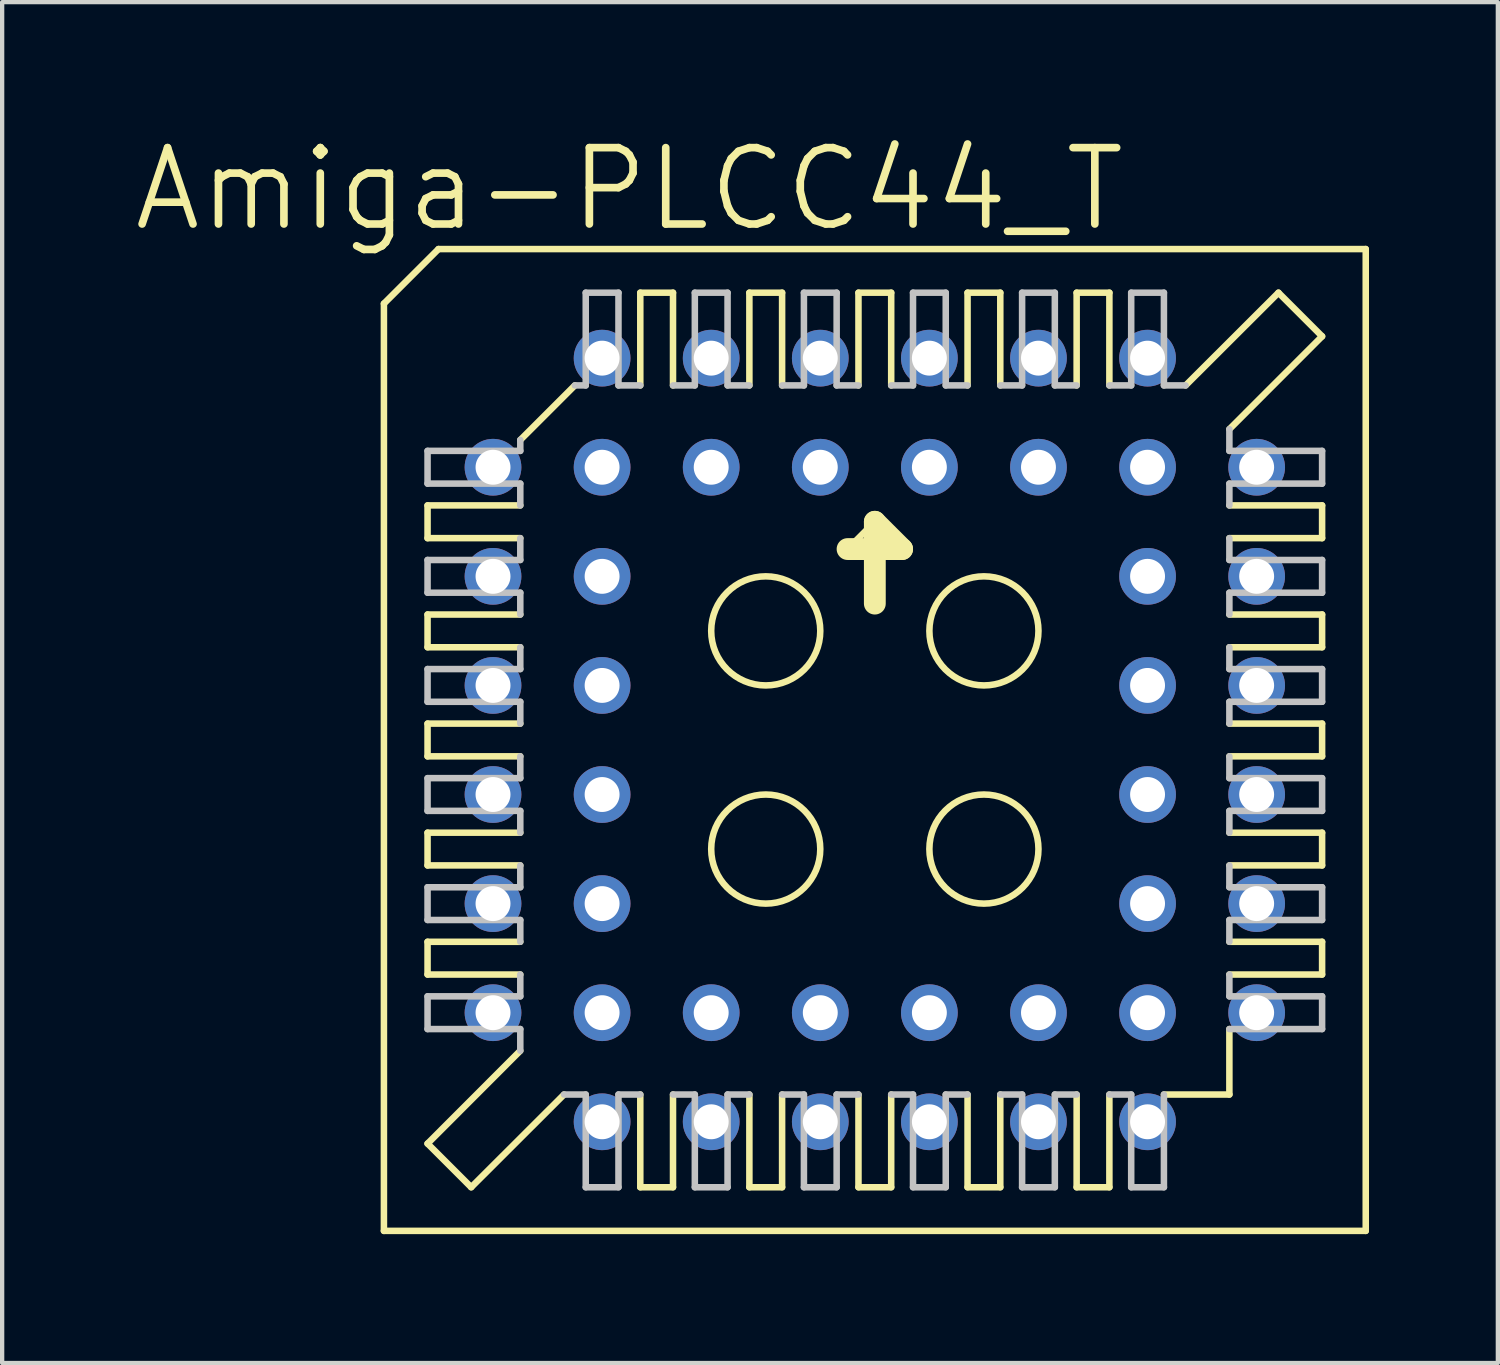
<source format=kicad_pcb>
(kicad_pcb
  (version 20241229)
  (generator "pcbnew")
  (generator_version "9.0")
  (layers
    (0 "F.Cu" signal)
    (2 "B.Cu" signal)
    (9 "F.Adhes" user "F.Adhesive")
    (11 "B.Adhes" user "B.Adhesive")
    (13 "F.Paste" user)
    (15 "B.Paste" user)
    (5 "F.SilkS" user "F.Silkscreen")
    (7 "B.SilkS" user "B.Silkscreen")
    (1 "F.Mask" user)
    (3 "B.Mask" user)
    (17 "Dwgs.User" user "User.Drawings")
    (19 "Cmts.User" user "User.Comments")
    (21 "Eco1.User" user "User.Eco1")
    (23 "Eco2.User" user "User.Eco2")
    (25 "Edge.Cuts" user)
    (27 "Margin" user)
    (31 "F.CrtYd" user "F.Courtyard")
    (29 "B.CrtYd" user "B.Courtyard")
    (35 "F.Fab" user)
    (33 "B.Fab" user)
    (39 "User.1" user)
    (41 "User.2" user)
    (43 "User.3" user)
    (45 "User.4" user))
  (footprint "Amiga-PLCC44_T"
    (layer "F.Cu")
    (at 17.319 14.179)
    (property "Reference" "Amiga-PLCC44_T" (at -5.715 -12.827 0) (layer "F.SilkS") (effects (font (size 1.778 1.778) (thickness 0.178))))
    (attr exclude_from_pos_files exclude_from_bom)
    (fp_line (start -11.43 -10.16) (end -11.43 11.43) (stroke (width 0.152) (type solid)) (layer "F.SilkS"))
    (fp_line (start -10.414 -5.461) (end -10.414 -4.699) (stroke (width 0.152) (type solid)) (layer "F.SilkS"))
    (fp_line (start -10.414 -5.461) (end -8.255 -5.461) (stroke (width 0.152) (type solid)) (layer "F.SilkS"))
    (fp_line (start -10.414 -2.921) (end -10.414 -2.159) (stroke (width 0.152) (type solid)) (layer "F.SilkS"))
    (fp_line (start -10.414 -2.921) (end -8.255 -2.921) (stroke (width 0.152) (type solid)) (layer "F.SilkS"))
    (fp_line (start -10.414 0.381) (end -10.414 -0.381) (stroke (width 0.152) (type solid)) (layer "F.SilkS"))
    (fp_line (start -10.414 0.381) (end -8.255 0.381) (stroke (width 0.152) (type solid)) (layer "F.SilkS"))
    (fp_line (start -10.414 2.921) (end -10.414 2.159) (stroke (width 0.152) (type solid)) (layer "F.SilkS"))
    (fp_line (start -10.414 2.921) (end -8.255 2.921) (stroke (width 0.152) (type solid)) (layer "F.SilkS"))
    (fp_line (start -10.414 5.461) (end -10.414 4.699) (stroke (width 0.152) (type solid)) (layer "F.SilkS"))
    (fp_line (start -10.414 5.461) (end -8.255 5.461) (stroke (width 0.152) (type solid)) (layer "F.SilkS"))
    (fp_line (start -10.414 9.398) (end -8.255 7.236) (stroke (width 0.152) (type solid)) (layer "F.SilkS"))
    (fp_line (start -10.16 -11.43) (end -11.43 -10.16) (stroke (width 0.152) (type solid)) (layer "F.SilkS"))
    (fp_line (start -9.398 10.414) (end -10.414 9.398) (stroke (width 0.152) (type solid)) (layer "F.SilkS"))
    (fp_line (start -9.398 10.414) (end -7.236 8.255) (stroke (width 0.152) (type solid)) (layer "F.SilkS"))
    (fp_line (start -8.255 -6.985) (end -6.985 -8.255) (stroke (width 0.152) (type solid)) (layer "F.SilkS"))
    (fp_line (start -8.255 -4.699) (end -10.414 -4.699) (stroke (width 0.152) (type solid)) (layer "F.SilkS"))
    (fp_line (start -8.255 -2.159) (end -10.414 -2.159) (stroke (width 0.152) (type solid)) (layer "F.SilkS"))
    (fp_line (start -8.255 -0.381) (end -10.414 -0.381) (stroke (width 0.152) (type solid)) (layer "F.SilkS"))
    (fp_line (start -8.255 2.159) (end -10.414 2.159) (stroke (width 0.152) (type solid)) (layer "F.SilkS"))
    (fp_line (start -8.255 4.699) (end -10.414 4.699) (stroke (width 0.152) (type solid)) (layer "F.SilkS"))
    (fp_line (start -5.461 -8.255) (end -5.461 -10.414) (stroke (width 0.152) (type solid)) (layer "F.SilkS"))
    (fp_line (start -5.461 10.414) (end -5.461 8.255) (stroke (width 0.152) (type solid)) (layer "F.SilkS"))
    (fp_line (start -5.461 10.414) (end -4.699 10.414) (stroke (width 0.152) (type solid)) (layer "F.SilkS"))
    (fp_line (start -4.699 -10.414) (end -5.461 -10.414) (stroke (width 0.152) (type solid)) (layer "F.SilkS"))
    (fp_line (start -4.699 -10.414) (end -4.699 -8.255) (stroke (width 0.152) (type solid)) (layer "F.SilkS"))
    (fp_line (start -4.699 8.255) (end -4.699 10.414) (stroke (width 0.152) (type solid)) (layer "F.SilkS"))
    (fp_line (start -2.921 -8.255) (end -2.921 -10.414) (stroke (width 0.152) (type solid)) (layer "F.SilkS"))
    (fp_line (start -2.921 10.414) (end -2.921 8.255) (stroke (width 0.152) (type solid)) (layer "F.SilkS"))
    (fp_line (start -2.921 10.414) (end -2.159 10.414) (stroke (width 0.152) (type solid)) (layer "F.SilkS"))
    (fp_line (start -2.159 -10.414) (end -2.921 -10.414) (stroke (width 0.152) (type solid)) (layer "F.SilkS"))
    (fp_line (start -2.159 -10.414) (end -2.159 -8.255) (stroke (width 0.152) (type solid)) (layer "F.SilkS"))
    (fp_line (start -2.159 8.255) (end -2.159 10.414) (stroke (width 0.152) (type solid)) (layer "F.SilkS"))
    (fp_line (start -0.635 -4.445) (end 0 -5.08) (stroke (width 0.152) (type solid)) (layer "F.SilkS"))
    (fp_line (start -0.381 -8.255) (end -0.381 -10.414) (stroke (width 0.152) (type solid)) (layer "F.SilkS"))
    (fp_line (start -0.381 10.414) (end -0.381 8.255) (stroke (width 0.152) (type solid)) (layer "F.SilkS"))
    (fp_line (start -0.381 10.414) (end 0.381 10.414) (stroke (width 0.152) (type solid)) (layer "F.SilkS"))
    (fp_line (start 0 -5.08) (end 0 -3.175) (stroke (width 0.508) (type solid)) (layer "F.SilkS"))
    (fp_line (start 0 -5.08) (end 0.635 -4.445) (stroke (width 0.508) (type solid)) (layer "F.SilkS"))
    (fp_line (start 0.381 -10.414) (end -0.381 -10.414) (stroke (width 0.152) (type solid)) (layer "F.SilkS"))
    (fp_line (start 0.381 -10.414) (end 0.381 -8.255) (stroke (width 0.152) (type solid)) (layer "F.SilkS"))
    (fp_line (start 0.381 8.255) (end 0.381 10.414) (stroke (width 0.152) (type solid)) (layer "F.SilkS"))
    (fp_line (start 0.635 -4.445) (end -0.635 -4.445) (stroke (width 0.508) (type solid)) (layer "F.SilkS"))
    (fp_line (start 2.159 -8.255) (end 2.159 -10.414) (stroke (width 0.152) (type solid)) (layer "F.SilkS"))
    (fp_line (start 2.159 10.414) (end 2.159 8.255) (stroke (width 0.152) (type solid)) (layer "F.SilkS"))
    (fp_line (start 2.159 10.414) (end 2.921 10.414) (stroke (width 0.152) (type solid)) (layer "F.SilkS"))
    (fp_line (start 2.921 -10.414) (end 2.159 -10.414) (stroke (width 0.152) (type solid)) (layer "F.SilkS"))
    (fp_line (start 2.921 -10.414) (end 2.921 -8.255) (stroke (width 0.152) (type solid)) (layer "F.SilkS"))
    (fp_line (start 2.921 8.255) (end 2.921 10.414) (stroke (width 0.152) (type solid)) (layer "F.SilkS"))
    (fp_line (start 4.699 -8.255) (end 4.699 -10.414) (stroke (width 0.152) (type solid)) (layer "F.SilkS"))
    (fp_line (start 4.699 10.414) (end 4.699 8.255) (stroke (width 0.152) (type solid)) (layer "F.SilkS"))
    (fp_line (start 4.699 10.414) (end 5.461 10.414) (stroke (width 0.152) (type solid)) (layer "F.SilkS"))
    (fp_line (start 5.461 -10.414) (end 4.699 -10.414) (stroke (width 0.152) (type solid)) (layer "F.SilkS"))
    (fp_line (start 5.461 -10.414) (end 5.461 -8.255) (stroke (width 0.152) (type solid)) (layer "F.SilkS"))
    (fp_line (start 5.461 8.255) (end 5.461 10.414) (stroke (width 0.152) (type solid)) (layer "F.SilkS"))
    (fp_line (start 6.731 8.255) (end 8.255 8.255) (stroke (width 0.152) (type solid)) (layer "F.SilkS"))
    (fp_line (start 8.255 -4.699) (end 10.414 -4.699) (stroke (width 0.152) (type solid)) (layer "F.SilkS"))
    (fp_line (start 8.255 -2.159) (end 10.414 -2.159) (stroke (width 0.152) (type solid)) (layer "F.SilkS"))
    (fp_line (start 8.255 0.381) (end 10.414 0.381) (stroke (width 0.152) (type solid)) (layer "F.SilkS"))
    (fp_line (start 8.255 2.159) (end 10.414 2.159) (stroke (width 0.152) (type solid)) (layer "F.SilkS"))
    (fp_line (start 8.255 4.699) (end 10.414 4.699) (stroke (width 0.152) (type solid)) (layer "F.SilkS"))
    (fp_line (start 8.255 8.255) (end 8.255 6.731) (stroke (width 0.152) (type solid)) (layer "F.SilkS"))
    (fp_line (start 9.398 -10.414) (end 7.236 -8.255) (stroke (width 0.152) (type solid)) (layer "F.SilkS"))
    (fp_line (start 10.414 -9.398) (end 8.255 -7.236) (stroke (width 0.152) (type solid)) (layer "F.SilkS"))
    (fp_line (start 10.414 -9.398) (end 9.398 -10.414) (stroke (width 0.152) (type solid)) (layer "F.SilkS"))
    (fp_line (start 10.414 -5.461) (end 8.255 -5.461) (stroke (width 0.152) (type solid)) (layer "F.SilkS"))
    (fp_line (start 10.414 -5.461) (end 10.414 -4.699) (stroke (width 0.152) (type solid)) (layer "F.SilkS"))
    (fp_line (start 10.414 -2.921) (end 8.255 -2.921) (stroke (width 0.152) (type solid)) (layer "F.SilkS"))
    (fp_line (start 10.414 -2.921) (end 10.414 -2.159) (stroke (width 0.152) (type solid)) (layer "F.SilkS"))
    (fp_line (start 10.414 -0.381) (end 8.255 -0.381) (stroke (width 0.152) (type solid)) (layer "F.SilkS"))
    (fp_line (start 10.414 -0.381) (end 10.414 0.381) (stroke (width 0.152) (type solid)) (layer "F.SilkS"))
    (fp_line (start 10.414 2.921) (end 8.255 2.921) (stroke (width 0.152) (type solid)) (layer "F.SilkS"))
    (fp_line (start 10.414 2.921) (end 10.414 2.159) (stroke (width 0.152) (type solid)) (layer "F.SilkS"))
    (fp_line (start 10.414 5.461) (end 8.255 5.461) (stroke (width 0.152) (type solid)) (layer "F.SilkS"))
    (fp_line (start 10.414 5.461) (end 10.414 4.699) (stroke (width 0.152) (type solid)) (layer "F.SilkS"))
    (fp_line (start 11.43 -11.43) (end -10.16 -11.43) (stroke (width 0.152) (type solid)) (layer "F.SilkS"))
    (fp_line (start 11.43 11.43) (end -11.43 11.43) (stroke (width 0.152) (type solid)) (layer "F.SilkS"))
    (fp_line (start 11.43 11.43) (end 11.43 -11.43) (stroke (width 0.152) (type solid)) (layer "F.SilkS"))
    (fp_circle (center -2.54 -2.54) (end -2.54 -3.81) (stroke (width 0.152) (type solid)) (fill no) (layer "F.SilkS"))
    (fp_circle (center -2.54 2.54) (end -2.54 1.27) (stroke (width 0.152) (type solid)) (fill no) (layer "F.SilkS"))
    (fp_circle (center 2.54 -2.54) (end 2.54 -3.81) (stroke (width 0.152) (type solid)) (fill no) (layer "F.SilkS"))
    (fp_circle (center 2.54 2.54) (end 2.54 1.27) (stroke (width 0.152) (type solid)) (fill no) (layer "F.SilkS"))
    (fp_line (start -10.414 -6.731) (end -10.414 -5.969) (stroke (width 0.152) (type solid)) (layer "Dwgs.User"))
    (fp_line (start -10.414 -6.731) (end -8.255 -6.731) (stroke (width 0.152) (type solid)) (layer "Dwgs.User"))
    (fp_line (start -10.414 -4.191) (end -10.414 -3.429) (stroke (width 0.152) (type solid)) (layer "Dwgs.User"))
    (fp_line (start -10.414 -4.191) (end -8.255 -4.191) (stroke (width 0.152) (type solid)) (layer "Dwgs.User"))
    (fp_line (start -10.414 -0.889) (end -10.414 -1.651) (stroke (width 0.152) (type solid)) (layer "Dwgs.User"))
    (fp_line (start -10.414 -0.889) (end -8.255 -0.889) (stroke (width 0.152) (type solid)) (layer "Dwgs.User"))
    (fp_line (start -10.414 1.651) (end -10.414 0.889) (stroke (width 0.152) (type solid)) (layer "Dwgs.User"))
    (fp_line (start -10.414 1.651) (end -8.255 1.651) (stroke (width 0.152) (type solid)) (layer "Dwgs.User"))
    (fp_line (start -10.414 4.191) (end -10.414 3.429) (stroke (width 0.152) (type solid)) (layer "Dwgs.User"))
    (fp_line (start -10.414 4.191) (end -8.255 4.191) (stroke (width 0.152) (type solid)) (layer "Dwgs.User"))
    (fp_line (start -10.414 6.731) (end -10.414 5.969) (stroke (width 0.152) (type solid)) (layer "Dwgs.User"))
    (fp_line (start -10.414 6.731) (end -8.255 6.731) (stroke (width 0.152) (type solid)) (layer "Dwgs.User"))
    (fp_line (start -8.255 -6.731) (end -8.255 -6.985) (stroke (width 0.152) (type solid)) (layer "Dwgs.User"))
    (fp_line (start -8.255 -5.969) (end -10.414 -5.969) (stroke (width 0.152) (type solid)) (layer "Dwgs.User"))
    (fp_line (start -8.255 -5.969) (end -8.255 -5.461) (stroke (width 0.152) (type solid)) (layer "Dwgs.User"))
    (fp_line (start -8.255 -4.699) (end -8.255 -4.191) (stroke (width 0.152) (type solid)) (layer "Dwgs.User"))
    (fp_line (start -8.255 -3.429) (end -10.414 -3.429) (stroke (width 0.152) (type solid)) (layer "Dwgs.User"))
    (fp_line (start -8.255 -3.429) (end -8.255 -2.921) (stroke (width 0.152) (type solid)) (layer "Dwgs.User"))
    (fp_line (start -8.255 -2.159) (end -8.255 -1.651) (stroke (width 0.152) (type solid)) (layer "Dwgs.User"))
    (fp_line (start -8.255 -1.651) (end -10.414 -1.651) (stroke (width 0.152) (type solid)) (layer "Dwgs.User"))
    (fp_line (start -8.255 -0.381) (end -8.255 -0.889) (stroke (width 0.152) (type solid)) (layer "Dwgs.User"))
    (fp_line (start -8.255 0.889) (end -10.414 0.889) (stroke (width 0.152) (type solid)) (layer "Dwgs.User"))
    (fp_line (start -8.255 0.889) (end -8.255 0.381) (stroke (width 0.152) (type solid)) (layer "Dwgs.User"))
    (fp_line (start -8.255 2.159) (end -8.255 1.651) (stroke (width 0.152) (type solid)) (layer "Dwgs.User"))
    (fp_line (start -8.255 3.429) (end -10.414 3.429) (stroke (width 0.152) (type solid)) (layer "Dwgs.User"))
    (fp_line (start -8.255 3.429) (end -8.255 2.921) (stroke (width 0.152) (type solid)) (layer "Dwgs.User"))
    (fp_line (start -8.255 4.699) (end -8.255 4.191) (stroke (width 0.152) (type solid)) (layer "Dwgs.User"))
    (fp_line (start -8.255 5.969) (end -10.414 5.969) (stroke (width 0.152) (type solid)) (layer "Dwgs.User"))
    (fp_line (start -8.255 5.969) (end -8.255 5.461) (stroke (width 0.152) (type solid)) (layer "Dwgs.User"))
    (fp_line (start -8.255 7.236) (end -8.255 6.731) (stroke (width 0.152) (type solid)) (layer "Dwgs.User"))
    (fp_line (start -7.236 8.255) (end -6.731 8.255) (stroke (width 0.152) (type solid)) (layer "Dwgs.User"))
    (fp_line (start -6.985 -8.255) (end -6.731 -8.255) (stroke (width 0.152) (type solid)) (layer "Dwgs.User"))
    (fp_line (start -6.731 -8.255) (end -6.731 -10.414) (stroke (width 0.152) (type solid)) (layer "Dwgs.User"))
    (fp_line (start -6.731 10.414) (end -6.731 8.255) (stroke (width 0.152) (type solid)) (layer "Dwgs.User"))
    (fp_line (start -6.731 10.414) (end -5.969 10.414) (stroke (width 0.152) (type solid)) (layer "Dwgs.User"))
    (fp_line (start -5.969 -10.414) (end -6.731 -10.414) (stroke (width 0.152) (type solid)) (layer "Dwgs.User"))
    (fp_line (start -5.969 -10.414) (end -5.969 -8.255) (stroke (width 0.152) (type solid)) (layer "Dwgs.User"))
    (fp_line (start -5.969 8.255) (end -5.969 10.414) (stroke (width 0.152) (type solid)) (layer "Dwgs.User"))
    (fp_line (start -5.969 8.255) (end -5.461 8.255) (stroke (width 0.152) (type solid)) (layer "Dwgs.User"))
    (fp_line (start -5.461 -8.255) (end -5.969 -8.255) (stroke (width 0.152) (type solid)) (layer "Dwgs.User"))
    (fp_line (start -4.699 8.255) (end -4.191 8.255) (stroke (width 0.152) (type solid)) (layer "Dwgs.User"))
    (fp_line (start -4.191 -8.255) (end -4.699 -8.255) (stroke (width 0.152) (type solid)) (layer "Dwgs.User"))
    (fp_line (start -4.191 -8.255) (end -4.191 -10.414) (stroke (width 0.152) (type solid)) (layer "Dwgs.User"))
    (fp_line (start -4.191 10.414) (end -4.191 8.255) (stroke (width 0.152) (type solid)) (layer "Dwgs.User"))
    (fp_line (start -4.191 10.414) (end -3.429 10.414) (stroke (width 0.152) (type solid)) (layer "Dwgs.User"))
    (fp_line (start -3.429 -10.414) (end -4.191 -10.414) (stroke (width 0.152) (type solid)) (layer "Dwgs.User"))
    (fp_line (start -3.429 -10.414) (end -3.429 -8.255) (stroke (width 0.152) (type solid)) (layer "Dwgs.User"))
    (fp_line (start -3.429 8.255) (end -3.429 10.414) (stroke (width 0.152) (type solid)) (layer "Dwgs.User"))
    (fp_line (start -3.429 8.255) (end -2.921 8.255) (stroke (width 0.152) (type solid)) (layer "Dwgs.User"))
    (fp_line (start -2.921 -8.255) (end -3.429 -8.255) (stroke (width 0.152) (type solid)) (layer "Dwgs.User"))
    (fp_line (start -2.159 8.255) (end -1.651 8.255) (stroke (width 0.152) (type solid)) (layer "Dwgs.User"))
    (fp_line (start -1.651 -8.255) (end -2.159 -8.255) (stroke (width 0.152) (type solid)) (layer "Dwgs.User"))
    (fp_line (start -1.651 -8.255) (end -1.651 -10.414) (stroke (width 0.152) (type solid)) (layer "Dwgs.User"))
    (fp_line (start -1.651 10.414) (end -1.651 8.255) (stroke (width 0.152) (type solid)) (layer "Dwgs.User"))
    (fp_line (start -1.651 10.414) (end -0.889 10.414) (stroke (width 0.152) (type solid)) (layer "Dwgs.User"))
    (fp_line (start -0.889 -10.414) (end -1.651 -10.414) (stroke (width 0.152) (type solid)) (layer "Dwgs.User"))
    (fp_line (start -0.889 -10.414) (end -0.889 -8.255) (stroke (width 0.152) (type solid)) (layer "Dwgs.User"))
    (fp_line (start -0.889 8.255) (end -0.889 10.414) (stroke (width 0.152) (type solid)) (layer "Dwgs.User"))
    (fp_line (start -0.889 8.255) (end -0.381 8.255) (stroke (width 0.152) (type solid)) (layer "Dwgs.User"))
    (fp_line (start -0.381 -8.255) (end -0.889 -8.255) (stroke (width 0.152) (type solid)) (layer "Dwgs.User"))
    (fp_line (start 0.381 8.255) (end 0.889 8.255) (stroke (width 0.152) (type solid)) (layer "Dwgs.User"))
    (fp_line (start 0.889 -8.255) (end 0.381 -8.255) (stroke (width 0.152) (type solid)) (layer "Dwgs.User"))
    (fp_line (start 0.889 -8.255) (end 0.889 -10.414) (stroke (width 0.152) (type solid)) (layer "Dwgs.User"))
    (fp_line (start 0.889 10.414) (end 0.889 8.255) (stroke (width 0.152) (type solid)) (layer "Dwgs.User"))
    (fp_line (start 0.889 10.414) (end 1.651 10.414) (stroke (width 0.152) (type solid)) (layer "Dwgs.User"))
    (fp_line (start 1.651 -10.414) (end 0.889 -10.414) (stroke (width 0.152) (type solid)) (layer "Dwgs.User"))
    (fp_line (start 1.651 -10.414) (end 1.651 -8.255) (stroke (width 0.152) (type solid)) (layer "Dwgs.User"))
    (fp_line (start 1.651 8.255) (end 1.651 10.414) (stroke (width 0.152) (type solid)) (layer "Dwgs.User"))
    (fp_line (start 1.651 8.255) (end 2.159 8.255) (stroke (width 0.152) (type solid)) (layer "Dwgs.User"))
    (fp_line (start 2.159 -8.255) (end 1.651 -8.255) (stroke (width 0.152) (type solid)) (layer "Dwgs.User"))
    (fp_line (start 2.921 8.255) (end 3.429 8.255) (stroke (width 0.152) (type solid)) (layer "Dwgs.User"))
    (fp_line (start 3.429 -8.255) (end 2.921 -8.255) (stroke (width 0.152) (type solid)) (layer "Dwgs.User"))
    (fp_line (start 3.429 -8.255) (end 3.429 -10.414) (stroke (width 0.152) (type solid)) (layer "Dwgs.User"))
    (fp_line (start 3.429 10.414) (end 3.429 8.255) (stroke (width 0.152) (type solid)) (layer "Dwgs.User"))
    (fp_line (start 3.429 10.414) (end 4.191 10.414) (stroke (width 0.152) (type solid)) (layer "Dwgs.User"))
    (fp_line (start 4.191 -10.414) (end 3.429 -10.414) (stroke (width 0.152) (type solid)) (layer "Dwgs.User"))
    (fp_line (start 4.191 -10.414) (end 4.191 -8.255) (stroke (width 0.152) (type solid)) (layer "Dwgs.User"))
    (fp_line (start 4.191 8.255) (end 4.191 10.414) (stroke (width 0.152) (type solid)) (layer "Dwgs.User"))
    (fp_line (start 4.191 8.255) (end 4.699 8.255) (stroke (width 0.152) (type solid)) (layer "Dwgs.User"))
    (fp_line (start 4.699 -8.255) (end 4.191 -8.255) (stroke (width 0.152) (type solid)) (layer "Dwgs.User"))
    (fp_line (start 5.461 8.255) (end 5.969 8.255) (stroke (width 0.152) (type solid)) (layer "Dwgs.User"))
    (fp_line (start 5.969 -8.255) (end 5.461 -8.255) (stroke (width 0.152) (type solid)) (layer "Dwgs.User"))
    (fp_line (start 5.969 -8.255) (end 5.969 -10.414) (stroke (width 0.152) (type solid)) (layer "Dwgs.User"))
    (fp_line (start 5.969 10.414) (end 5.969 8.255) (stroke (width 0.152) (type solid)) (layer "Dwgs.User"))
    (fp_line (start 5.969 10.414) (end 6.731 10.414) (stroke (width 0.152) (type solid)) (layer "Dwgs.User"))
    (fp_line (start 6.731 -10.414) (end 5.969 -10.414) (stroke (width 0.152) (type solid)) (layer "Dwgs.User"))
    (fp_line (start 6.731 -10.414) (end 6.731 -8.255) (stroke (width 0.152) (type solid)) (layer "Dwgs.User"))
    (fp_line (start 6.731 8.255) (end 6.731 10.414) (stroke (width 0.152) (type solid)) (layer "Dwgs.User"))
    (fp_line (start 7.236 -8.255) (end 6.731 -8.255) (stroke (width 0.152) (type solid)) (layer "Dwgs.User"))
    (fp_line (start 8.255 -7.236) (end 8.255 -6.731) (stroke (width 0.152) (type solid)) (layer "Dwgs.User"))
    (fp_line (start 8.255 -5.969) (end 8.255 -5.461) (stroke (width 0.152) (type solid)) (layer "Dwgs.User"))
    (fp_line (start 8.255 -5.969) (end 10.414 -5.969) (stroke (width 0.152) (type solid)) (layer "Dwgs.User"))
    (fp_line (start 8.255 -4.699) (end 8.255 -4.191) (stroke (width 0.152) (type solid)) (layer "Dwgs.User"))
    (fp_line (start 8.255 -3.429) (end 8.255 -2.921) (stroke (width 0.152) (type solid)) (layer "Dwgs.User"))
    (fp_line (start 8.255 -3.429) (end 10.414 -3.429) (stroke (width 0.152) (type solid)) (layer "Dwgs.User"))
    (fp_line (start 8.255 -2.159) (end 8.255 -1.651) (stroke (width 0.152) (type solid)) (layer "Dwgs.User"))
    (fp_line (start 8.255 -0.889) (end 8.255 -0.381) (stroke (width 0.152) (type solid)) (layer "Dwgs.User"))
    (fp_line (start 8.255 -0.889) (end 10.414 -0.889) (stroke (width 0.152) (type solid)) (layer "Dwgs.User"))
    (fp_line (start 8.255 0.381) (end 8.255 0.889) (stroke (width 0.152) (type solid)) (layer "Dwgs.User"))
    (fp_line (start 8.255 1.651) (end 8.255 2.159) (stroke (width 0.152) (type solid)) (layer "Dwgs.User"))
    (fp_line (start 8.255 1.651) (end 10.414 1.651) (stroke (width 0.152) (type solid)) (layer "Dwgs.User"))
    (fp_line (start 8.255 3.429) (end 8.255 2.921) (stroke (width 0.152) (type solid)) (layer "Dwgs.User"))
    (fp_line (start 8.255 3.429) (end 10.414 3.429) (stroke (width 0.152) (type solid)) (layer "Dwgs.User"))
    (fp_line (start 8.255 4.699) (end 8.255 4.191) (stroke (width 0.152) (type solid)) (layer "Dwgs.User"))
    (fp_line (start 8.255 5.969) (end 8.255 5.461) (stroke (width 0.152) (type solid)) (layer "Dwgs.User"))
    (fp_line (start 8.255 5.969) (end 10.414 5.969) (stroke (width 0.152) (type solid)) (layer "Dwgs.User"))
    (fp_line (start 10.414 -6.731) (end 8.255 -6.731) (stroke (width 0.152) (type solid)) (layer "Dwgs.User"))
    (fp_line (start 10.414 -6.731) (end 10.414 -5.969) (stroke (width 0.152) (type solid)) (layer "Dwgs.User"))
    (fp_line (start 10.414 -4.191) (end 8.255 -4.191) (stroke (width 0.152) (type solid)) (layer "Dwgs.User"))
    (fp_line (start 10.414 -4.191) (end 10.414 -3.429) (stroke (width 0.152) (type solid)) (layer "Dwgs.User"))
    (fp_line (start 10.414 -1.651) (end 8.255 -1.651) (stroke (width 0.152) (type solid)) (layer "Dwgs.User"))
    (fp_line (start 10.414 -1.651) (end 10.414 -0.889) (stroke (width 0.152) (type solid)) (layer "Dwgs.User"))
    (fp_line (start 10.414 0.889) (end 8.255 0.889) (stroke (width 0.152) (type solid)) (layer "Dwgs.User"))
    (fp_line (start 10.414 0.889) (end 10.414 1.651) (stroke (width 0.152) (type solid)) (layer "Dwgs.User"))
    (fp_line (start 10.414 4.191) (end 8.255 4.191) (stroke (width 0.152) (type solid)) (layer "Dwgs.User"))
    (fp_line (start 10.414 4.191) (end 10.414 3.429) (stroke (width 0.152) (type solid)) (layer "Dwgs.User"))
    (fp_line (start 10.414 6.731) (end 8.255 6.731) (stroke (width 0.152) (type solid)) (layer "Dwgs.User"))
    (fp_line (start 10.414 6.731) (end 10.414 5.969) (stroke (width 0.152) (type solid)) (layer "Dwgs.User"))
    (pad "1" thru_hole circle (at 1.27 -6.35) (size 1.321 1.321) (drill 0.813) (layers "*.Cu" "*.Paste" "*.Mask"))
    (pad "2" thru_hole circle (at -1.27 -8.89) (size 1.321 1.321) (drill 0.813) (layers "*.Cu" "*.Paste" "*.Mask"))
    (pad "3" thru_hole circle (at -1.27 -6.35) (size 1.321 1.321) (drill 0.813) (layers "*.Cu" "*.Paste" "*.Mask"))
    (pad "4" thru_hole circle (at -3.81 -8.89) (size 1.321 1.321) (drill 0.813) (layers "*.Cu" "*.Paste" "*.Mask"))
    (pad "5" thru_hole circle (at -3.81 -6.35) (size 1.321 1.321) (drill 0.813) (layers "*.Cu" "*.Paste" "*.Mask"))
    (pad "6" thru_hole circle (at -6.35 -8.89) (size 1.321 1.321) (drill 0.813) (layers "*.Cu" "*.Paste" "*.Mask"))
    (pad "7" thru_hole circle (at -8.89 -6.35) (size 1.321 1.321) (drill 0.813) (layers "*.Cu" "*.Paste" "*.Mask"))
    (pad "8" thru_hole circle (at -6.35 -6.35) (size 1.321 1.321) (drill 0.813) (layers "*.Cu" "*.Paste" "*.Mask"))
    (pad "9" thru_hole circle (at -8.89 -3.81) (size 1.321 1.321) (drill 0.813) (layers "*.Cu" "*.Paste" "*.Mask"))
    (pad "10" thru_hole circle (at -6.35 -3.81) (size 1.321 1.321) (drill 0.813) (layers "*.Cu" "*.Paste" "*.Mask"))
    (pad "11" thru_hole circle (at -8.89 -1.27) (size 1.321 1.321) (drill 0.813) (layers "*.Cu" "*.Paste" "*.Mask"))
    (pad "12" thru_hole circle (at -6.35 -1.27) (size 1.321 1.321) (drill 0.813) (layers "*.Cu" "*.Paste" "*.Mask"))
    (pad "13" thru_hole circle (at -8.89 1.27) (size 1.321 1.321) (drill 0.813) (layers "*.Cu" "*.Paste" "*.Mask"))
    (pad "14" thru_hole circle (at -6.35 1.27) (size 1.321 1.321) (drill 0.813) (layers "*.Cu" "*.Paste" "*.Mask"))
    (pad "15" thru_hole circle (at -8.89 3.81) (size 1.321 1.321) (drill 0.813) (layers "*.Cu" "*.Paste" "*.Mask"))
    (pad "16" thru_hole circle (at -6.35 3.81) (size 1.321 1.321) (drill 0.813) (layers "*.Cu" "*.Paste" "*.Mask"))
    (pad "17" thru_hole circle (at -8.89 6.35) (size 1.321 1.321) (drill 0.813) (layers "*.Cu" "*.Paste" "*.Mask"))
    (pad "18" thru_hole circle (at -6.35 8.89) (size 1.321 1.321) (drill 0.813) (layers "*.Cu" "*.Paste" "*.Mask"))
    (pad "19" thru_hole circle (at -6.35 6.35) (size 1.321 1.321) (drill 0.813) (layers "*.Cu" "*.Paste" "*.Mask"))
    (pad "20" thru_hole circle (at -3.81 8.89) (size 1.321 1.321) (drill 0.813) (layers "*.Cu" "*.Paste" "*.Mask"))
    (pad "21" thru_hole circle (at -3.81 6.35) (size 1.321 1.321) (drill 0.813) (layers "*.Cu" "*.Paste" "*.Mask"))
    (pad "22" thru_hole circle (at -1.27 8.89) (size 1.321 1.321) (drill 0.813) (layers "*.Cu" "*.Paste" "*.Mask"))
    (pad "23" thru_hole circle (at -1.27 6.35) (size 1.321 1.321) (drill 0.813) (layers "*.Cu" "*.Paste" "*.Mask"))
    (pad "24" thru_hole circle (at 1.27 8.89) (size 1.321 1.321) (drill 0.813) (layers "*.Cu" "*.Paste" "*.Mask"))
    (pad "25" thru_hole circle (at 1.27 6.35) (size 1.321 1.321) (drill 0.813) (layers "*.Cu" "*.Paste" "*.Mask"))
    (pad "26" thru_hole circle (at 3.81 8.89) (size 1.321 1.321) (drill 0.813) (layers "*.Cu" "*.Paste" "*.Mask"))
    (pad "27" thru_hole circle (at 3.81 6.35) (size 1.321 1.321) (drill 0.813) (layers "*.Cu" "*.Paste" "*.Mask"))
    (pad "28" thru_hole circle (at 6.35 8.89) (size 1.321 1.321) (drill 0.813) (layers "*.Cu" "*.Paste" "*.Mask"))
    (pad "29" thru_hole circle (at 8.89 6.35) (size 1.321 1.321) (drill 0.813) (layers "*.Cu" "*.Paste" "*.Mask"))
    (pad "30" thru_hole circle (at 6.35 6.35) (size 1.321 1.321) (drill 0.813) (layers "*.Cu" "*.Paste" "*.Mask"))
    (pad "31" thru_hole circle (at 8.89 3.81) (size 1.321 1.321) (drill 0.813) (layers "*.Cu" "*.Paste" "*.Mask"))
    (pad "32" thru_hole circle (at 6.35 3.81) (size 1.321 1.321) (drill 0.813) (layers "*.Cu" "*.Paste" "*.Mask"))
    (pad "33" thru_hole circle (at 8.89 1.27) (size 1.321 1.321) (drill 0.813) (layers "*.Cu" "*.Paste" "*.Mask"))
    (pad "34" thru_hole circle (at 6.35 1.27) (size 1.321 1.321) (drill 0.813) (layers "*.Cu" "*.Paste" "*.Mask"))
    (pad "35" thru_hole circle (at 8.89 -1.27) (size 1.321 1.321) (drill 0.813) (layers "*.Cu" "*.Paste" "*.Mask"))
    (pad "36" thru_hole circle (at 6.35 -1.27) (size 1.321 1.321) (drill 0.813) (layers "*.Cu" "*.Paste" "*.Mask"))
    (pad "37" thru_hole circle (at 8.89 -3.81) (size 1.321 1.321) (drill 0.813) (layers "*.Cu" "*.Paste" "*.Mask"))
    (pad "38" thru_hole circle (at 6.35 -3.81) (size 1.321 1.321) (drill 0.813) (layers "*.Cu" "*.Paste" "*.Mask"))
    (pad "39" thru_hole circle (at 8.89 -6.35) (size 1.321 1.321) (drill 0.813) (layers "*.Cu" "*.Paste" "*.Mask"))
    (pad "40" thru_hole circle (at 6.35 -8.89) (size 1.321 1.321) (drill 0.813) (layers "*.Cu" "*.Paste" "*.Mask"))
    (pad "41" thru_hole circle (at 6.35 -6.35) (size 1.321 1.321) (drill 0.813) (layers "*.Cu" "*.Paste" "*.Mask"))
    (pad "42" thru_hole circle (at 3.81 -8.89) (size 1.321 1.321) (drill 0.813) (layers "*.Cu" "*.Paste" "*.Mask"))
    (pad "43" thru_hole circle (at 3.81 -6.35) (size 1.321 1.321) (drill 0.813) (layers "*.Cu" "*.Paste" "*.Mask"))
    (pad "44" thru_hole circle (at 1.27 -8.89) (size 1.321 1.321) (drill 0.813) (layers "*.Cu" "*.Paste" "*.Mask")))
  (gr_rect
    (start -3 -3)
    (end 31.825 28.685)
    (stroke (width 0.1) (type default))
    (fill no)
    (layer "Edge.Cuts")))
</source>
